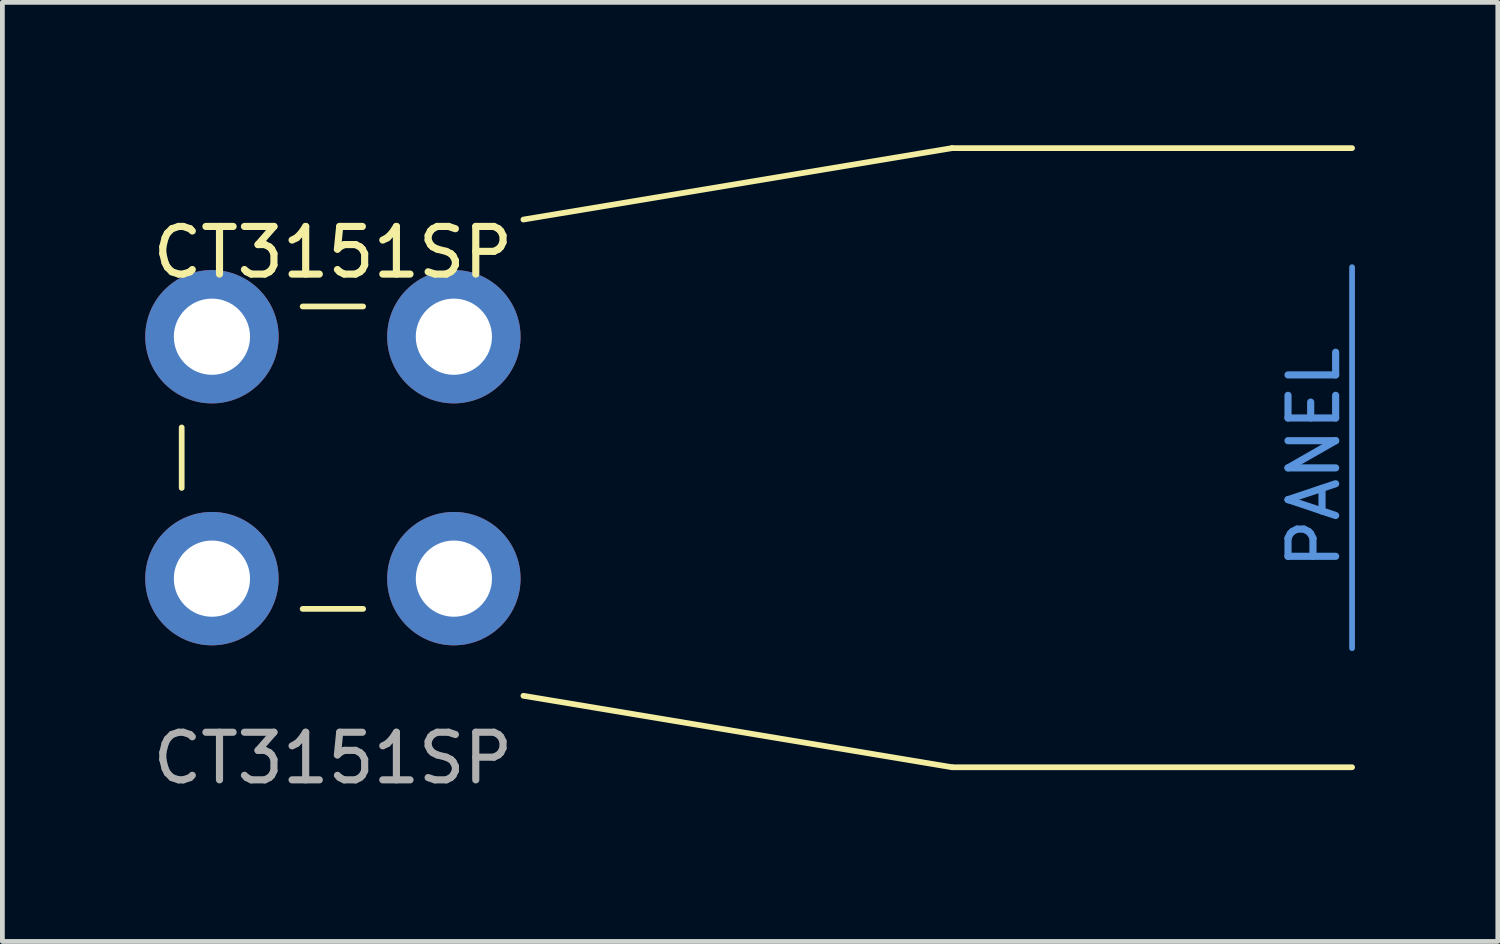
<source format=kicad_pcb>
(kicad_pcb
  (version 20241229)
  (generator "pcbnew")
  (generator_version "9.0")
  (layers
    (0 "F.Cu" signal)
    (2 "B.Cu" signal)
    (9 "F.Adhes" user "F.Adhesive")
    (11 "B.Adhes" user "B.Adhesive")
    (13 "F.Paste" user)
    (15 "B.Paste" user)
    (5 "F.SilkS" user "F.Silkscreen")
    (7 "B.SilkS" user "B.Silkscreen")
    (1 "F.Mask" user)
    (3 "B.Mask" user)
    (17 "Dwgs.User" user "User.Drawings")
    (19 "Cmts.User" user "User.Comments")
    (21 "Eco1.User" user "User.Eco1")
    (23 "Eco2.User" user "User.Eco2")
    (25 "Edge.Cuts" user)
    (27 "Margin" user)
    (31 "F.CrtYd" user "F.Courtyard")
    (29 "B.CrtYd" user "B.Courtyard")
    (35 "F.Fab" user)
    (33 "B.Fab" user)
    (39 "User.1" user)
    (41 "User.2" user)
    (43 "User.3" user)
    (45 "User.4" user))
  (footprint "CT3151SP"
    (layer "F.Cu")
    (at 3.94 6.56)
    (property "Reference" "CT3151SP" (at 0 -4.31 0) (unlocked yes) (layer "F.SilkS") (effects (font (size 1 1) (thickness 0.15))))
    (attr through_hole)
    (fp_line (start -3.175 0.635) (end -3.175 -0.635) (stroke (width 0.12) (type solid)) (layer "F.SilkS"))
    (fp_line (start -0.635 -3.175) (end 0.635 -3.175) (stroke (width 0.12) (type solid)) (layer "F.SilkS"))
    (fp_line (start -0.635 3.175) (end 0.635 3.175) (stroke (width 0.12) (type solid)) (layer "F.SilkS"))
    (fp_line (start 13 -6.5) (end 4 -5) (stroke (width 0.12) (type solid)) (layer "F.SilkS"))
    (fp_line (start 13 6.5) (end 4 5) (stroke (width 0.12) (type solid)) (layer "F.SilkS"))
    (fp_line (start 21.4 -6.5) (end 13 -6.5) (stroke (width 0.12) (type solid)) (layer "F.SilkS"))
    (fp_line (start 21.4 6.5) (end 13 6.5) (stroke (width 0.12) (type solid)) (layer "F.SilkS"))
    (fp_line (start 21.4 4) (end 21.4 -4) (stroke (width 0.12) (type solid)) (layer "Cmts.User"))
    (fp_text user "PANEL" (at 20.6 0 90) (unlocked yes) (layer "Cmts.User") (effects (font (size 1 1) (thickness 0.15))))
    (fp_text user "${REFERENCE}" (at 0 6.31 0) (unlocked yes) (layer "F.Fab") (effects (font (size 1 1) (thickness 0.15))))
    (pad "1" thru_hole circle (at -2.54 -2.54) (size 2.8 2.8) (drill 1.6) (layers "*.Cu" "*.Mask"))
    (pad "2" thru_hole circle (at 2.54 -2.54) (size 2.8 2.8) (drill 1.6) (layers "*.Cu" "*.Mask"))
    (pad "3" thru_hole circle (at 2.54 2.54) (size 2.8 2.8) (drill 1.6) (layers "*.Cu" "*.Mask"))
    (pad "4" thru_hole circle (at -2.54 2.54) (size 2.8 2.8) (drill 1.6) (layers "*.Cu" "*.Mask")))
  (gr_rect
    (start -3 -3)
    (end 28.4 16.718)
    (stroke (width 0.1) (type default))
    (fill no)
    (layer "Edge.Cuts")))
</source>
